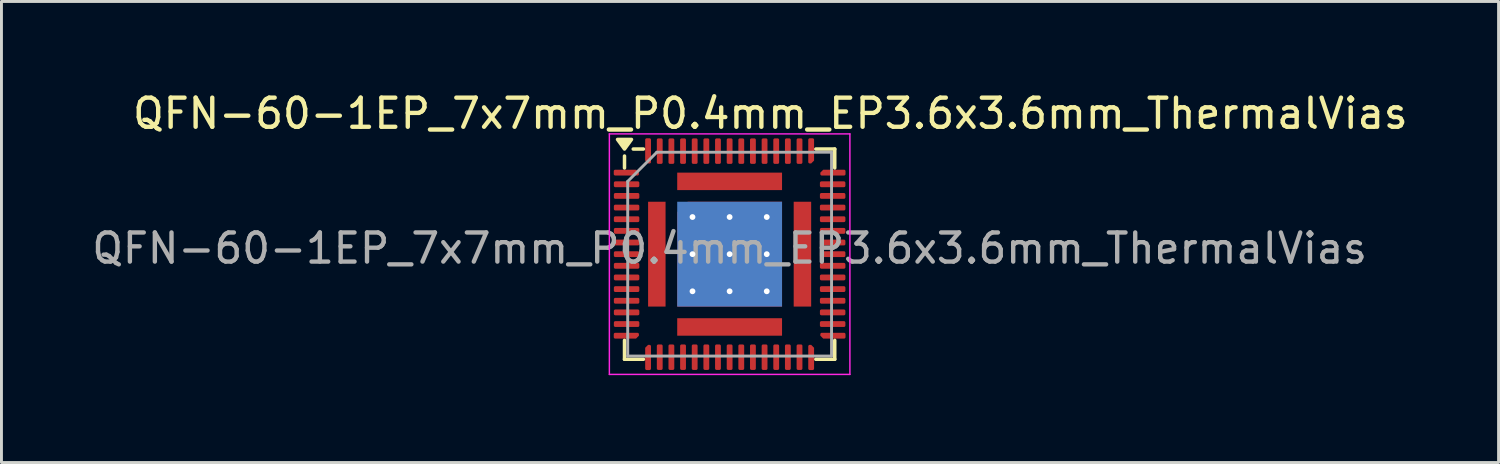
<source format=kicad_pcb>
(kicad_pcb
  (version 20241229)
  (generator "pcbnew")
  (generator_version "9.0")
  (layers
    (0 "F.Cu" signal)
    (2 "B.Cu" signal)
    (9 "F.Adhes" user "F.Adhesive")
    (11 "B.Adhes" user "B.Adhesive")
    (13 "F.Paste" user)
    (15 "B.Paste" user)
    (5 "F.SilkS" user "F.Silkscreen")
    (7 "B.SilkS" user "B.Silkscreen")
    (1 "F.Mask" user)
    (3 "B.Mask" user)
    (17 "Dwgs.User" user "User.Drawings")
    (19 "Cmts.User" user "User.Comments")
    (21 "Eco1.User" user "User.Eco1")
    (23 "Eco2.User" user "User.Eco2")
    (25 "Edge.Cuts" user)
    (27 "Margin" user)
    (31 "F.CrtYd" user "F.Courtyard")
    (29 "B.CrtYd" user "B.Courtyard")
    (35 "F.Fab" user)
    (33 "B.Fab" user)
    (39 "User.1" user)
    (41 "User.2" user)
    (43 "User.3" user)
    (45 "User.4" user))
  (footprint "QFN-60-1EP_7x7mm_P0.4mm_EP3.6x3.6mm_ThermalVias"
    (layer "F.Cu")
    (at 22.006 5.678)
    (property "Reference" "QFN-60-1EP_7x7mm_P0.4mm_EP3.6x3.6mm_ThermalVias" (at 1.4 -4.83 0) (layer "F.SilkS") (effects (font (size 1 1) (thickness 0.15))))
    (attr smd)
    (fp_line (start -3.61 -2.96) (end -3.61 -3.37) (stroke (width 0.12) (type solid)) (layer "F.SilkS"))
    (fp_line (start -3.61 3.61) (end -3.61 2.96) (stroke (width 0.12) (type solid)) (layer "F.SilkS"))
    (fp_line (start -2.96 -3.61) (end -3.31 -3.61) (stroke (width 0.12) (type solid)) (layer "F.SilkS"))
    (fp_line (start -2.96 3.61) (end -3.61 3.61) (stroke (width 0.12) (type solid)) (layer "F.SilkS"))
    (fp_line (start 2.96 -3.61) (end 3.61 -3.61) (stroke (width 0.12) (type solid)) (layer "F.SilkS"))
    (fp_line (start 2.96 3.61) (end 3.61 3.61) (stroke (width 0.12) (type solid)) (layer "F.SilkS"))
    (fp_line (start 3.61 -3.61) (end 3.61 -2.96) (stroke (width 0.12) (type solid)) (layer "F.SilkS"))
    (fp_line (start 3.61 3.61) (end 3.61 2.96) (stroke (width 0.12) (type solid)) (layer "F.SilkS"))
    (fp_poly (pts (xy -3.61 -3.61) (xy -3.85 -3.94) (xy -3.37 -3.94) (xy -3.61 -3.61)) (stroke (width 0.12) (type solid)) (fill yes) (layer "F.SilkS"))
    (fp_line (start -4.13 -4.13) (end -4.13 4.13) (stroke (width 0.05) (type solid)) (layer "F.CrtYd"))
    (fp_line (start -4.13 4.13) (end 4.13 4.13) (stroke (width 0.05) (type solid)) (layer "F.CrtYd"))
    (fp_line (start 4.13 -4.13) (end -4.13 -4.13) (stroke (width 0.05) (type solid)) (layer "F.CrtYd"))
    (fp_line (start 4.13 4.13) (end 4.13 -4.13) (stroke (width 0.05) (type solid)) (layer "F.CrtYd"))
    (fp_line (start -3.5 -2.5) (end -2.5 -3.5) (stroke (width 0.1) (type solid)) (layer "F.Fab"))
    (fp_line (start -3.5 3.5) (end -3.5 -2.5) (stroke (width 0.1) (type solid)) (layer "F.Fab"))
    (fp_line (start -2.5 -3.5) (end 3.5 -3.5) (stroke (width 0.1) (type solid)) (layer "F.Fab"))
    (fp_line (start 3.5 -3.5) (end 3.5 3.5) (stroke (width 0.1) (type solid)) (layer "F.Fab"))
    (fp_line (start 3.5 3.5) (end -3.5 3.5) (stroke (width 0.1) (type solid)) (layer "F.Fab"))
    (fp_text user "${REFERENCE}" (at 0 -0.2 0) (layer "F.Fab") (effects (font (size 1 1) (thickness 0.15))))
    (pad "" smd roundrect (at -0.637 -0.637) (size 1.084 1.084) (layers "F.Paste") (roundrect_rratio 0.231))
    (pad "" smd roundrect (at -0.637 0.637) (size 1.084 1.084) (layers "F.Paste") (roundrect_rratio 0.231))
    (pad "" smd roundrect (at 0.637 -0.637) (size 1.084 1.084) (layers "F.Paste") (roundrect_rratio 0.231))
    (pad "" smd roundrect (at 0.637 0.637) (size 1.084 1.084) (layers "F.Paste") (roundrect_rratio 0.231))
    (pad "1" smd roundrect (at -3.547 -2.8) (size 0.865 0.2) (layers "F.Cu" "F.Mask" "F.Paste") (roundrect_rratio 0.25) (chamfer_ratio 0.5) (chamfer top_right))
    (pad "2" smd roundrect (at -3.538 -2.4) (size 0.875 0.2) (layers "F.Cu" "F.Mask" "F.Paste") (roundrect_rratio 0.25))
    (pad "3" smd roundrect (at -3.538 -2) (size 0.875 0.2) (layers "F.Cu" "F.Mask" "F.Paste") (roundrect_rratio 0.25))
    (pad "4" smd roundrect (at -3.538 -1.6) (size 0.875 0.2) (layers "F.Cu" "F.Mask" "F.Paste") (roundrect_rratio 0.25))
    (pad "5" smd roundrect (at -3.538 -1.2) (size 0.875 0.2) (layers "F.Cu" "F.Mask" "F.Paste") (roundrect_rratio 0.25))
    (pad "6" smd roundrect (at -3.538 -0.8) (size 0.875 0.2) (layers "F.Cu" "F.Mask" "F.Paste") (roundrect_rratio 0.25))
    (pad "7" smd roundrect (at -3.538 -0.4) (size 0.875 0.2) (layers "F.Cu" "F.Mask" "F.Paste") (roundrect_rratio 0.25))
    (pad "8" smd roundrect (at -3.538 0) (size 0.875 0.2) (layers "F.Cu" "F.Mask" "F.Paste") (roundrect_rratio 0.25))
    (pad "9" smd roundrect (at -3.538 0.4) (size 0.875 0.2) (layers "F.Cu" "F.Mask" "F.Paste") (roundrect_rratio 0.25))
    (pad "10" smd roundrect (at -3.538 0.8) (size 0.875 0.2) (layers "F.Cu" "F.Mask" "F.Paste") (roundrect_rratio 0.25))
    (pad "11" smd roundrect (at -3.538 1.2) (size 0.875 0.2) (layers "F.Cu" "F.Mask" "F.Paste") (roundrect_rratio 0.25))
    (pad "12" smd roundrect (at -3.538 1.6) (size 0.875 0.2) (layers "F.Cu" "F.Mask" "F.Paste") (roundrect_rratio 0.25))
    (pad "13" smd roundrect (at -3.538 2) (size 0.875 0.2) (layers "F.Cu" "F.Mask" "F.Paste") (roundrect_rratio 0.25))
    (pad "14" smd roundrect (at -3.538 2.4) (size 0.875 0.2) (layers "F.Cu" "F.Mask" "F.Paste") (roundrect_rratio 0.25))
    (pad "15" smd roundrect (at -3.547 2.8 90) (size 0.2 0.865) (layers "F.Cu" "F.Mask" "F.Paste") (roundrect_rratio 0.25) (chamfer_ratio 0.5) (chamfer bottom_left))
    (pad "16" smd roundrect (at -2.8 3.547) (size 0.2 0.865) (layers "F.Cu" "F.Mask" "F.Paste") (roundrect_rratio 0.25) (chamfer_ratio 0.5) (chamfer top_left))
    (pad "17" smd roundrect (at -2.4 3.538) (size 0.2 0.875) (layers "F.Cu" "F.Mask" "F.Paste") (roundrect_rratio 0.25))
    (pad "18" smd roundrect (at -2 3.538) (size 0.2 0.875) (layers "F.Cu" "F.Mask" "F.Paste") (roundrect_rratio 0.25))
    (pad "19" smd roundrect (at -1.6 3.538) (size 0.2 0.875) (layers "F.Cu" "F.Mask" "F.Paste") (roundrect_rratio 0.25))
    (pad "20" smd roundrect (at -1.2 3.538) (size 0.2 0.875) (layers "F.Cu" "F.Mask" "F.Paste") (roundrect_rratio 0.25))
    (pad "21" smd roundrect (at -0.8 3.538) (size 0.2 0.875) (layers "F.Cu" "F.Mask" "F.Paste") (roundrect_rratio 0.25))
    (pad "22" smd roundrect (at -0.4 3.538) (size 0.2 0.875) (layers "F.Cu" "F.Mask" "F.Paste") (roundrect_rratio 0.25))
    (pad "23" smd roundrect (at 0 3.538) (size 0.2 0.875) (layers "F.Cu" "F.Mask" "F.Paste") (roundrect_rratio 0.25))
    (pad "24" smd roundrect (at 0.4 3.538) (size 0.2 0.875) (layers "F.Cu" "F.Mask" "F.Paste") (roundrect_rratio 0.25))
    (pad "25" smd roundrect (at 0.8 3.538) (size 0.2 0.875) (layers "F.Cu" "F.Mask" "F.Paste") (roundrect_rratio 0.25))
    (pad "26" smd roundrect (at 1.2 3.538) (size 0.2 0.875) (layers "F.Cu" "F.Mask" "F.Paste") (roundrect_rratio 0.25))
    (pad "27" smd roundrect (at 1.6 3.538) (size 0.2 0.875) (layers "F.Cu" "F.Mask" "F.Paste") (roundrect_rratio 0.25))
    (pad "28" smd roundrect (at 2 3.538) (size 0.2 0.875) (layers "F.Cu" "F.Mask" "F.Paste") (roundrect_rratio 0.25))
    (pad "29" smd roundrect (at 2.8 3.547 90) (size 0.865 0.2) (layers "F.Cu" "F.Mask" "F.Paste") (roundrect_rratio 0.25) (chamfer_ratio 0.5) (chamfer bottom_right))
    (pad "30" smd roundrect (at 2.4 3.538 90) (size 0.875 0.2) (layers "F.Cu" "F.Mask" "F.Paste") (roundrect_rratio 0.25))
    (pad "31" smd roundrect (at 3.547 2.8) (size 0.865 0.2) (layers "F.Cu" "F.Mask" "F.Paste") (roundrect_rratio 0.25) (chamfer_ratio 0.5) (chamfer bottom_left))
    (pad "32" smd roundrect (at 3.538 2.4) (size 0.875 0.2) (layers "F.Cu" "F.Mask" "F.Paste") (roundrect_rratio 0.25))
    (pad "33" smd roundrect (at 3.538 2) (size 0.875 0.2) (layers "F.Cu" "F.Mask" "F.Paste") (roundrect_rratio 0.25))
    (pad "34" smd roundrect (at 3.538 1.6) (size 0.875 0.2) (layers "F.Cu" "F.Mask" "F.Paste") (roundrect_rratio 0.25))
    (pad "35" smd roundrect (at 3.538 1.2) (size 0.875 0.2) (layers "F.Cu" "F.Mask" "F.Paste") (roundrect_rratio 0.25))
    (pad "36" smd roundrect (at 3.538 0.8) (size 0.875 0.2) (layers "F.Cu" "F.Mask" "F.Paste") (roundrect_rratio 0.25))
    (pad "37" smd roundrect (at 3.538 0.4) (size 0.875 0.2) (layers "F.Cu" "F.Mask" "F.Paste") (roundrect_rratio 0.25))
    (pad "38" smd roundrect (at 3.538 0) (size 0.875 0.2) (layers "F.Cu" "F.Mask" "F.Paste") (roundrect_rratio 0.25))
    (pad "39" smd roundrect (at 3.538 -0.4) (size 0.875 0.2) (layers "F.Cu" "F.Mask" "F.Paste") (roundrect_rratio 0.25))
    (pad "40" smd roundrect (at 3.538 -0.8) (size 0.875 0.2) (layers "F.Cu" "F.Mask" "F.Paste") (roundrect_rratio 0.25))
    (pad "41" smd roundrect (at 3.538 -1.2) (size 0.875 0.2) (layers "F.Cu" "F.Mask" "F.Paste") (roundrect_rratio 0.25))
    (pad "42" smd roundrect (at 3.538 -1.6) (size 0.875 0.2) (layers "F.Cu" "F.Mask" "F.Paste") (roundrect_rratio 0.25))
    (pad "43" smd roundrect (at 3.547 -2.8 90) (size 0.2 0.865) (layers "F.Cu" "F.Mask" "F.Paste") (roundrect_rratio 0.25) (chamfer_ratio 0.5) (chamfer top_right))
    (pad "44" smd roundrect (at 3.538 -2.4 90) (size 0.2 0.875) (layers "F.Cu" "F.Mask" "F.Paste") (roundrect_rratio 0.25))
    (pad "45" smd roundrect (at 3.538 -2 90) (size 0.2 0.875) (layers "F.Cu" "F.Mask" "F.Paste") (roundrect_rratio 0.25))
    (pad "46" smd roundrect (at 2.8 -3.547) (size 0.2 0.865) (layers "F.Cu" "F.Mask" "F.Paste") (roundrect_rratio 0.25) (chamfer_ratio 0.5) (chamfer bottom_right))
    (pad "47" smd roundrect (at 2.4 -3.538) (size 0.2 0.875) (layers "F.Cu" "F.Mask" "F.Paste") (roundrect_rratio 0.25))
    (pad "48" smd roundrect (at 2 -3.538) (size 0.2 0.875) (layers "F.Cu" "F.Mask" "F.Paste") (roundrect_rratio 0.25))
    (pad "49" smd roundrect (at 1.6 -3.538) (size 0.2 0.875) (layers "F.Cu" "F.Mask" "F.Paste") (roundrect_rratio 0.25))
    (pad "50" smd roundrect (at 1.2 -3.538) (size 0.2 0.875) (layers "F.Cu" "F.Mask" "F.Paste") (roundrect_rratio 0.25))
    (pad "51" smd roundrect (at 0.8 -3.538) (size 0.2 0.875) (layers "F.Cu" "F.Mask" "F.Paste") (roundrect_rratio 0.25))
    (pad "52" smd roundrect (at 0.4 -3.538) (size 0.2 0.875) (layers "F.Cu" "F.Mask" "F.Paste") (roundrect_rratio 0.25))
    (pad "53" smd roundrect (at 0 -3.538) (size 0.2 0.875) (layers "F.Cu" "F.Mask" "F.Paste") (roundrect_rratio 0.25))
    (pad "54" smd roundrect (at -0.4 -3.538) (size 0.2 0.875) (layers "F.Cu" "F.Mask" "F.Paste") (roundrect_rratio 0.25))
    (pad "55" smd roundrect (at -0.8 -3.538) (size 0.2 0.875) (layers "F.Cu" "F.Mask" "F.Paste") (roundrect_rratio 0.25))
    (pad "56" smd roundrect (at -1.2 -3.538) (size 0.2 0.875) (layers "F.Cu" "F.Mask" "F.Paste") (roundrect_rratio 0.25))
    (pad "57" smd roundrect (at -1.6 -3.538) (size 0.2 0.875) (layers "F.Cu" "F.Mask" "F.Paste") (roundrect_rratio 0.25))
    (pad "58" smd roundrect (at -2 -3.538) (size 0.2 0.875) (layers "F.Cu" "F.Mask" "F.Paste") (roundrect_rratio 0.25))
    (pad "59" smd roundrect (at -2.4 -3.538) (size 0.2 0.875) (layers "F.Cu" "F.Mask" "F.Paste") (roundrect_rratio 0.25))
    (pad "60" smd roundrect (at -2.8 -3.547) (size 0.2 0.865) (layers "F.Cu" "F.Mask" "F.Paste") (roundrect_rratio 0.25) (chamfer_ratio 0.5) (chamfer bottom_left))
    (pad "61" smd rect (at 2.5 0 90) (size 3.6 0.6) (layers "F.Cu" "F.Mask" "F.Paste"))
    (pad "62" smd rect (at 0 2.5) (size 3.6 0.6) (layers "F.Cu" "F.Mask" "F.Paste"))
    (pad "63" smd rect (at -2.5 0 90) (size 3.6 0.6) (layers "F.Cu" "F.Mask" "F.Paste"))
    (pad "64" smd rect (at 0 -2.5) (size 3.6 0.6) (layers "F.Cu" "F.Mask" "F.Paste"))
    (pad "65" thru_hole circle (at -1.275 -1.275) (size 0.5 0.5) (drill 0.2) (property pad_prop_heatsink) (layers "*.Cu"))
    (pad "65" thru_hole circle (at -1.275 0) (size 0.5 0.5) (drill 0.2) (property pad_prop_heatsink) (layers "*.Cu"))
    (pad "65" thru_hole circle (at -1.275 1.275) (size 0.5 0.5) (drill 0.2) (property pad_prop_heatsink) (layers "*.Cu"))
    (pad "65" thru_hole circle (at 0 -1.275) (size 0.5 0.5) (drill 0.2) (property pad_prop_heatsink) (layers "*.Cu"))
    (pad "65" thru_hole circle (at 0 0) (size 0.5 0.5) (drill 0.2) (property pad_prop_heatsink) (layers "*.Cu"))
    (pad "65" smd rect (at 0 0) (size 3.6 3.6) (property pad_prop_heatsink) (layers "B.Cu"))
    (pad "65" smd roundrect (at 0 0) (size 3.6 3.6) (property pad_prop_heatsink) (layers "F.Cu" "F.Mask") (roundrect_rratio 0) (chamfer_ratio 0.1) (chamfer top_left))
    (pad "65" thru_hole circle (at 0 1.275) (size 0.5 0.5) (drill 0.2) (property pad_prop_heatsink) (layers "*.Cu"))
    (pad "65" thru_hole circle (at 1.275 -1.275) (size 0.5 0.5) (drill 0.2) (property pad_prop_heatsink) (layers "*.Cu"))
    (pad "65" thru_hole circle (at 1.275 0) (size 0.5 0.5) (drill 0.2) (property pad_prop_heatsink) (layers "*.Cu"))
    (pad "65" thru_hole circle (at 1.275 1.275) (size 0.5 0.5) (drill 0.2) (property pad_prop_heatsink) (layers "*.Cu")))
  (gr_rect
    (start -3 -3)
    (end 48.412 12.833)
    (stroke (width 0.1) (type default))
    (fill no)
    (layer "Edge.Cuts")))
</source>
